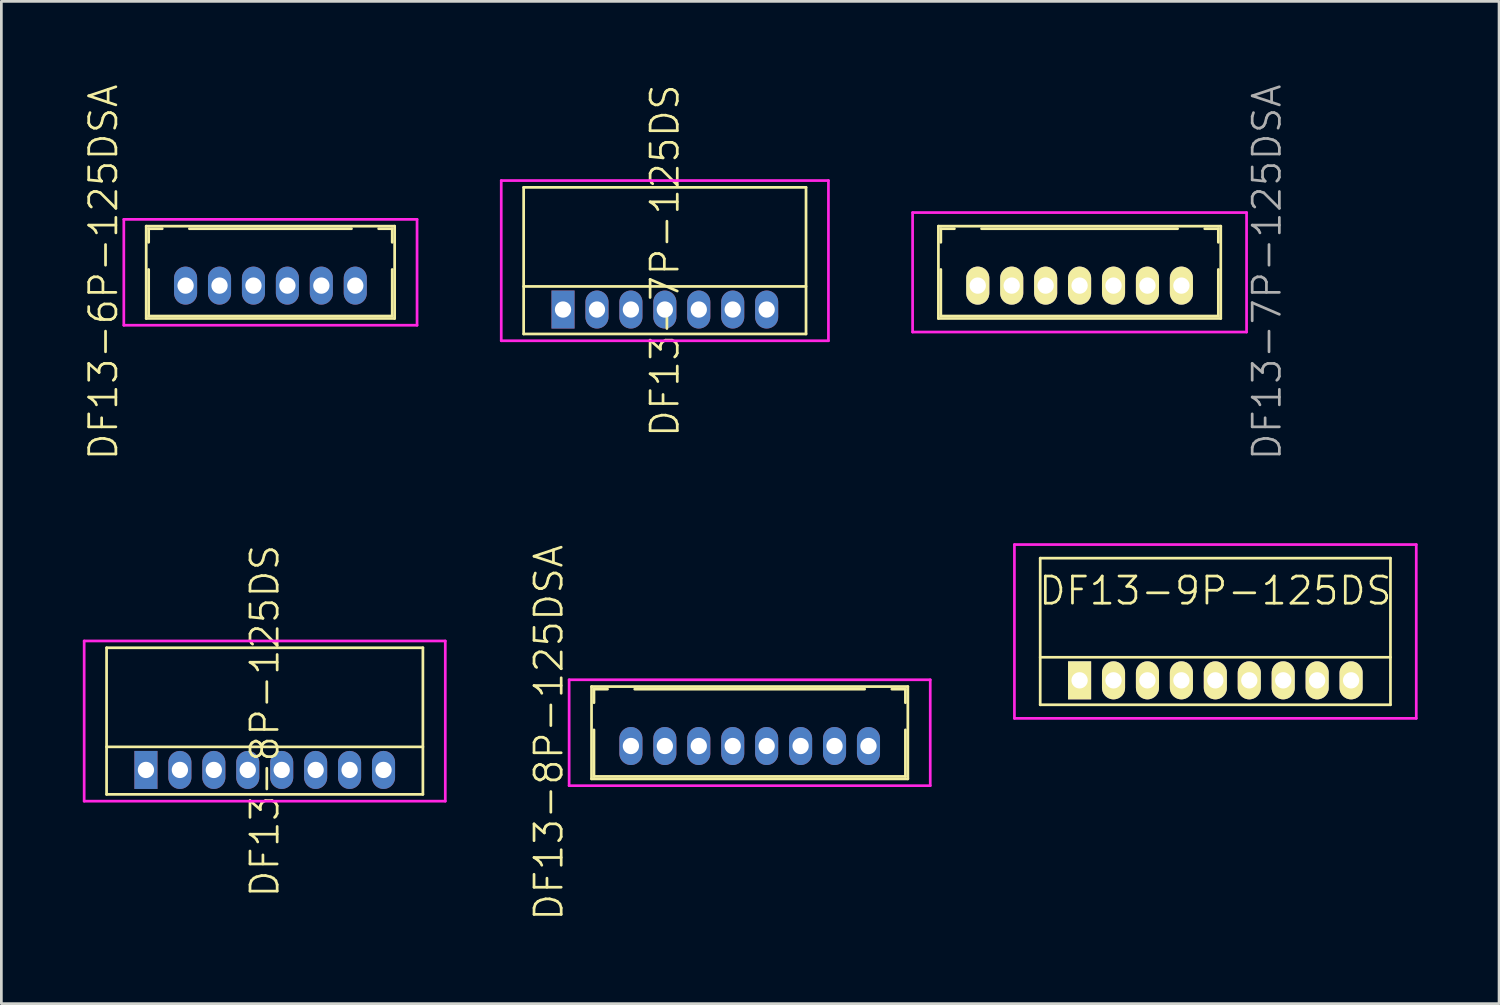
<source format=kicad_pcb>
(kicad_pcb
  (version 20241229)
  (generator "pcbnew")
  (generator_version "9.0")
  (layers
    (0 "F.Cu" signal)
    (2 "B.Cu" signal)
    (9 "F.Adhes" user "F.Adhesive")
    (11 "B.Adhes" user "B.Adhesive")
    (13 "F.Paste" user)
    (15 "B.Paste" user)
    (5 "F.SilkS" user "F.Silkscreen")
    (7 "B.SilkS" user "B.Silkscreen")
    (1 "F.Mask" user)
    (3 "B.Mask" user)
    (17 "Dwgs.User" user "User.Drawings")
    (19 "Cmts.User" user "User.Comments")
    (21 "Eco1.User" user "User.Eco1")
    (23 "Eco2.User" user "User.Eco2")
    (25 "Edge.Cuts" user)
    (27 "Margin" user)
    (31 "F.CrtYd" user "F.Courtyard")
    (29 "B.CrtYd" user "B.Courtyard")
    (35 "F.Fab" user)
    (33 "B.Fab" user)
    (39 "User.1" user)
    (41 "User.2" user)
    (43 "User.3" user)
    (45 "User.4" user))
  (footprint "DF13-8P-125DSA"
    (layer "F.Cu")
    (at 24.561 24.426)
    (property "Reference" "DF13-8P-125DSA" (at -7.4 -0.49 90) (layer "F.SilkS") (effects (font (size 1 1) (thickness 0.1))))
    (attr through_hole)
    (fp_line (start -5.825 -2.19) (end -5.825 1.21) (stroke (width 0.1) (type solid)) (layer "F.SilkS"))
    (fp_line (start -5.825 -2.19) (end 5.825 -2.19) (stroke (width 0.1) (type solid)) (layer "F.SilkS"))
    (fp_line (start -5.825 1.21) (end 5.825 1.21) (stroke (width 0.1) (type solid)) (layer "F.SilkS"))
    (fp_line (start -5.735 -2.095) (end -5.735 -1.595) (stroke (width 0.1) (type solid)) (layer "F.SilkS"))
    (fp_line (start -5.735 -2.095) (end -5.235 -2.095) (stroke (width 0.1) (type solid)) (layer "F.SilkS"))
    (fp_line (start -5.735 -0.595) (end -5.735 1.12) (stroke (width 0.1) (type solid)) (layer "F.SilkS"))
    (fp_line (start -5.735 1.12) (end 5.735 1.12) (stroke (width 0.1) (type solid)) (layer "F.SilkS"))
    (fp_line (start -4.235 -2.095) (end 4.235 -2.095) (stroke (width 0.1) (type solid)) (layer "F.SilkS"))
    (fp_line (start 5.235 -2.095) (end 5.735 -2.095) (stroke (width 0.1) (type solid)) (layer "F.SilkS"))
    (fp_line (start 5.735 -2.095) (end 5.735 -1.595) (stroke (width 0.1) (type solid)) (layer "F.SilkS"))
    (fp_line (start 5.735 -0.595) (end 5.735 1.12) (stroke (width 0.1) (type solid)) (layer "F.SilkS"))
    (fp_line (start 5.825 -2.19) (end 5.825 1.21) (stroke (width 0.1) (type solid)) (layer "F.SilkS"))
    (fp_line (start -6.65 -2.44) (end -6.65 1.46) (stroke (width 0.1) (type solid)) (layer "F.CrtYd"))
    (fp_line (start -6.65 1.46) (end 6.65 1.46) (stroke (width 0.1) (type solid)) (layer "F.CrtYd"))
    (fp_line (start 6.65 -2.44) (end -6.65 -2.44) (stroke (width 0.1) (type solid)) (layer "F.CrtYd"))
    (fp_line (start 6.65 1.46) (end 6.65 -2.44) (stroke (width 0.1) (type solid)) (layer "F.CrtYd"))
    (pad "1" thru_hole oval (at -4.375 0) (size 0.85 1.4) (drill 0.6) (layers "*.Cu" "*.Mask"))
    (pad "2" thru_hole oval (at -3.125 0) (size 0.85 1.4) (drill 0.6) (layers "*.Cu" "*.Mask"))
    (pad "3" thru_hole oval (at -1.875 0) (size 0.85 1.4) (drill 0.6) (layers "*.Cu" "*.Mask"))
    (pad "4" thru_hole oval (at -0.625 0) (size 0.85 1.4) (drill 0.6) (layers "*.Cu" "*.Mask"))
    (pad "5" thru_hole oval (at 0.625 0) (size 0.85 1.4) (drill 0.6) (layers "*.Cu" "*.Mask"))
    (pad "6" thru_hole oval (at 1.875 0) (size 0.85 1.4) (drill 0.6) (layers "*.Cu" "*.Mask"))
    (pad "7" thru_hole oval (at 3.125 0) (size 0.85 1.4) (drill 0.6) (layers "*.Cu" "*.Mask"))
    (pad "8" thru_hole oval (at 4.375 0) (size 0.85 1.4) (drill 0.6) (layers "*.Cu" "*.Mask")))
  (footprint "DF13-7P-125DSA"
    (layer "F.Cu")
    (at 36.711 7.469)
    (property "Reference" "DF13-7P-125DSA" (at 6.9 -0.49 90) (layer "F.Fab") (effects (font (size 1 1) (thickness 0.1))))
    (attr through_hole)
    (fp_line (start -5.2 -2.19) (end -5.2 1.21) (stroke (width 0.1) (type solid)) (layer "F.SilkS"))
    (fp_line (start -5.2 -2.19) (end 5.2 -2.19) (stroke (width 0.1) (type solid)) (layer "F.SilkS"))
    (fp_line (start -5.2 1.21) (end 5.2 1.21) (stroke (width 0.1) (type solid)) (layer "F.SilkS"))
    (fp_line (start -5.11 -2.095) (end -5.11 -1.595) (stroke (width 0.1) (type solid)) (layer "F.SilkS"))
    (fp_line (start -5.11 -2.095) (end -4.61 -2.095) (stroke (width 0.1) (type solid)) (layer "F.SilkS"))
    (fp_line (start -5.11 -0.595) (end -5.11 1.12) (stroke (width 0.1) (type solid)) (layer "F.SilkS"))
    (fp_line (start -5.11 1.12) (end 5.11 1.12) (stroke (width 0.1) (type solid)) (layer "F.SilkS"))
    (fp_line (start -3.61 -2.095) (end 3.61 -2.095) (stroke (width 0.1) (type solid)) (layer "F.SilkS"))
    (fp_line (start 4.61 -2.095) (end 5.11 -2.095) (stroke (width 0.1) (type solid)) (layer "F.SilkS"))
    (fp_line (start 5.11 -2.095) (end 5.11 -1.595) (stroke (width 0.1) (type solid)) (layer "F.SilkS"))
    (fp_line (start 5.11 -0.595) (end 5.11 1.12) (stroke (width 0.1) (type solid)) (layer "F.SilkS"))
    (fp_line (start 5.2 -2.19) (end 5.2 1.21) (stroke (width 0.1) (type solid)) (layer "F.SilkS"))
    (fp_line (start -6.15 -2.69) (end -6.15 1.71) (stroke (width 0.1) (type solid)) (layer "F.CrtYd"))
    (fp_line (start -6.15 1.71) (end 6.15 1.71) (stroke (width 0.1) (type solid)) (layer "F.CrtYd"))
    (fp_line (start 6.15 -2.69) (end -6.15 -2.69) (stroke (width 0.1) (type solid)) (layer "F.CrtYd"))
    (fp_line (start 6.15 1.71) (end 6.15 -2.69) (stroke (width 0.1) (type solid)) (layer "F.CrtYd"))
    (pad "1" thru_hole oval (at -3.75 0) (size 0.85 1.4) (drill 0.6) (layers "*.Cu" "*.Mask" "F.SilkS"))
    (pad "2" thru_hole oval (at -2.5 0) (size 0.85 1.4) (drill 0.6) (layers "*.Cu" "*.Mask" "F.SilkS"))
    (pad "3" thru_hole oval (at -1.25 0) (size 0.85 1.4) (drill 0.6) (layers "*.Cu" "*.Mask" "F.SilkS"))
    (pad "4" thru_hole oval (at 0 0) (size 0.85 1.4) (drill 0.6) (layers "*.Cu" "*.Mask" "F.SilkS"))
    (pad "5" thru_hole oval (at 1.25 0) (size 0.85 1.4) (drill 0.6) (layers "*.Cu" "*.Mask" "F.SilkS"))
    (pad "6" thru_hole oval (at 2.5 0) (size 0.85 1.4) (drill 0.6) (layers "*.Cu" "*.Mask" "F.SilkS"))
    (pad "7" thru_hole oval (at 3.75 0) (size 0.85 1.4) (drill 0.6) (layers "*.Cu" "*.Mask" "F.SilkS")))
  (footprint "DF13-6P-125DSA"
    (layer "F.Cu")
    (at 6.91 7.469)
    (property "Reference" "DF13-6P-125DSA" (at -6.15 -0.49 90) (layer "F.SilkS") (effects (font (size 1 1) (thickness 0.1))))
    (attr through_hole)
    (fp_line (start -4.575 -2.19) (end -4.575 1.21) (stroke (width 0.1) (type solid)) (layer "F.SilkS"))
    (fp_line (start -4.575 -2.19) (end 4.575 -2.19) (stroke (width 0.1) (type solid)) (layer "F.SilkS"))
    (fp_line (start -4.575 1.21) (end 4.575 1.21) (stroke (width 0.1) (type solid)) (layer "F.SilkS"))
    (fp_line (start -4.485 -2.095) (end -4.485 -1.595) (stroke (width 0.1) (type solid)) (layer "F.SilkS"))
    (fp_line (start -4.485 -2.095) (end -3.985 -2.095) (stroke (width 0.1) (type solid)) (layer "F.SilkS"))
    (fp_line (start -4.485 -0.595) (end -4.485 1.12) (stroke (width 0.1) (type solid)) (layer "F.SilkS"))
    (fp_line (start -4.485 1.12) (end 4.485 1.12) (stroke (width 0.1) (type solid)) (layer "F.SilkS"))
    (fp_line (start -2.985 -2.095) (end 2.985 -2.095) (stroke (width 0.1) (type solid)) (layer "F.SilkS"))
    (fp_line (start 3.985 -2.095) (end 4.485 -2.095) (stroke (width 0.1) (type solid)) (layer "F.SilkS"))
    (fp_line (start 4.485 -2.095) (end 4.485 -1.595) (stroke (width 0.1) (type solid)) (layer "F.SilkS"))
    (fp_line (start 4.485 -0.595) (end 4.485 1.12) (stroke (width 0.1) (type solid)) (layer "F.SilkS"))
    (fp_line (start 4.575 -2.19) (end 4.575 1.21) (stroke (width 0.1) (type solid)) (layer "F.SilkS"))
    (fp_line (start -5.4 -2.44) (end -5.4 1.46) (stroke (width 0.1) (type solid)) (layer "F.CrtYd"))
    (fp_line (start -5.4 1.46) (end 5.4 1.46) (stroke (width 0.1) (type solid)) (layer "F.CrtYd"))
    (fp_line (start 5.4 -2.44) (end -5.4 -2.44) (stroke (width 0.1) (type solid)) (layer "F.CrtYd"))
    (fp_line (start 5.4 1.46) (end 5.4 -2.44) (stroke (width 0.1) (type solid)) (layer "F.CrtYd"))
    (pad "1" thru_hole oval (at -3.125 0) (size 0.85 1.4) (drill 0.6) (layers "*.Cu" "*.Mask"))
    (pad "2" thru_hole oval (at -1.875 0) (size 0.85 1.4) (drill 0.6) (layers "*.Cu" "*.Mask"))
    (pad "3" thru_hole oval (at -0.625 0) (size 0.85 1.4) (drill 0.6) (layers "*.Cu" "*.Mask"))
    (pad "4" thru_hole oval (at 0.625 0) (size 0.85 1.4) (drill 0.6) (layers "*.Cu" "*.Mask"))
    (pad "5" thru_hole oval (at 1.875 0) (size 0.85 1.4) (drill 0.6) (layers "*.Cu" "*.Mask"))
    (pad "6" thru_hole oval (at 3.125 0) (size 0.85 1.4) (drill 0.6) (layers "*.Cu" "*.Mask")))
  (footprint "DF13-7P-125DS"
    (layer "F.Cu")
    (at 21.436 8.35)
    (property "Reference" "DF13-7P-125DS" (at 0 -1.8 90) (layer "F.SilkS") (effects (font (size 1 1) (thickness 0.1))))
    (attr through_hole)
    (fp_line (start -5.2 -4.5) (end -5.2 0.9) (stroke (width 0.1) (type solid)) (layer "F.SilkS"))
    (fp_line (start -5.2 -4.5) (end 5.2 -4.5) (stroke (width 0.1) (type solid)) (layer "F.SilkS"))
    (fp_line (start -5.2 -0.85) (end 5.2 -0.85) (stroke (width 0.1) (type solid)) (layer "F.SilkS"))
    (fp_line (start -5.2 0.9) (end 5.2 0.9) (stroke (width 0.1) (type solid)) (layer "F.SilkS"))
    (fp_line (start 5.2 -4.5) (end 5.2 0.9) (stroke (width 0.1) (type solid)) (layer "F.SilkS"))
    (fp_line (start -6.025 -4.75) (end -6.025 1.15) (stroke (width 0.1) (type solid)) (layer "F.CrtYd"))
    (fp_line (start -6.025 1.15) (end 6.025 1.15) (stroke (width 0.1) (type solid)) (layer "F.CrtYd"))
    (fp_line (start 6.025 -4.75) (end -6.025 -4.75) (stroke (width 0.1) (type solid)) (layer "F.CrtYd"))
    (fp_line (start 6.025 1.15) (end 6.025 -4.75) (stroke (width 0.1) (type solid)) (layer "F.CrtYd"))
    (pad "1" thru_hole rect (at -3.75 0) (size 0.85 1.4) (drill 0.6) (layers "*.Cu" "*.Mask"))
    (pad "2" thru_hole oval (at -2.5 0) (size 0.85 1.4) (drill 0.6) (layers "*.Cu" "*.Mask"))
    (pad "3" thru_hole oval (at -1.25 0) (size 0.85 1.4) (drill 0.6) (layers "*.Cu" "*.Mask"))
    (pad "4" thru_hole oval (at 0 0) (size 0.85 1.4) (drill 0.6) (layers "*.Cu" "*.Mask"))
    (pad "5" thru_hole oval (at 1.25 0) (size 0.85 1.4) (drill 0.6) (layers "*.Cu" "*.Mask"))
    (pad "6" thru_hole oval (at 2.5 0) (size 0.85 1.4) (drill 0.6) (layers "*.Cu" "*.Mask"))
    (pad "7" thru_hole oval (at 3.75 0) (size 0.85 1.4) (drill 0.6) (layers "*.Cu" "*.Mask")))
  (footprint "DF13-8P-125DS"
    (layer "F.Cu")
    (at 6.7 25.307)
    (property "Reference" "DF13-8P-125DS" (at 0 -1.8 90) (layer "F.SilkS") (effects (font (size 1 1) (thickness 0.1))))
    (attr through_hole)
    (fp_line (start -5.825 -4.5) (end -5.825 0.9) (stroke (width 0.1) (type solid)) (layer "F.SilkS"))
    (fp_line (start -5.825 -4.5) (end 5.825 -4.5) (stroke (width 0.1) (type solid)) (layer "F.SilkS"))
    (fp_line (start -5.825 -0.85) (end 5.825 -0.85) (stroke (width 0.1) (type solid)) (layer "F.SilkS"))
    (fp_line (start -5.825 0.9) (end 5.825 0.9) (stroke (width 0.1) (type solid)) (layer "F.SilkS"))
    (fp_line (start 5.825 -4.5) (end 5.825 0.9) (stroke (width 0.1) (type solid)) (layer "F.SilkS"))
    (fp_line (start -6.65 -4.75) (end -6.65 1.15) (stroke (width 0.1) (type solid)) (layer "F.CrtYd"))
    (fp_line (start -6.65 1.15) (end 6.65 1.15) (stroke (width 0.1) (type solid)) (layer "F.CrtYd"))
    (fp_line (start 6.65 -4.75) (end -6.65 -4.75) (stroke (width 0.1) (type solid)) (layer "F.CrtYd"))
    (fp_line (start 6.65 1.15) (end 6.65 -4.75) (stroke (width 0.1) (type solid)) (layer "F.CrtYd"))
    (pad "1" thru_hole rect (at -4.375 0) (size 0.85 1.4) (drill 0.6) (layers "*.Cu" "*.Mask"))
    (pad "2" thru_hole oval (at -3.125 0) (size 0.85 1.4) (drill 0.6) (layers "*.Cu" "*.Mask"))
    (pad "3" thru_hole oval (at -1.875 0) (size 0.85 1.4) (drill 0.6) (layers "*.Cu" "*.Mask"))
    (pad "4" thru_hole oval (at -0.625 0) (size 0.85 1.4) (drill 0.6) (layers "*.Cu" "*.Mask"))
    (pad "5" thru_hole oval (at 0.625 0) (size 0.85 1.4) (drill 0.6) (layers "*.Cu" "*.Mask"))
    (pad "6" thru_hole oval (at 1.875 0) (size 0.85 1.4) (drill 0.6) (layers "*.Cu" "*.Mask"))
    (pad "7" thru_hole oval (at 3.125 0) (size 0.85 1.4) (drill 0.6) (layers "*.Cu" "*.Mask"))
    (pad "8" thru_hole oval (at 4.375 0) (size 0.85 1.4) (drill 0.6) (layers "*.Cu" "*.Mask")))
  (footprint "DF13-9P-125DS"
    (layer "F.Cu")
    (at 41.711 22.007)
    (property "Reference" "DF13-9P-125DS" (at 0 -3.3 0) (layer "F.SilkS") (effects (font (size 1 1) (thickness 0.1))))
    (attr through_hole)
    (fp_line (start -6.45 -4.5) (end -6.45 0.9) (stroke (width 0.1) (type solid)) (layer "F.SilkS"))
    (fp_line (start -6.45 -4.5) (end 6.45 -4.5) (stroke (width 0.1) (type solid)) (layer "F.SilkS"))
    (fp_line (start -6.45 -0.85) (end 6.45 -0.85) (stroke (width 0.1) (type solid)) (layer "F.SilkS"))
    (fp_line (start -6.45 0.9) (end 6.45 0.9) (stroke (width 0.1) (type solid)) (layer "F.SilkS"))
    (fp_line (start 6.45 -4.5) (end 6.45 0.9) (stroke (width 0.1) (type solid)) (layer "F.SilkS"))
    (fp_line (start -7.4 -5) (end -7.4 1.4) (stroke (width 0.1) (type solid)) (layer "F.CrtYd"))
    (fp_line (start -7.4 1.4) (end 7.4 1.4) (stroke (width 0.1) (type solid)) (layer "F.CrtYd"))
    (fp_line (start 7.4 -5) (end -7.4 -5) (stroke (width 0.1) (type solid)) (layer "F.CrtYd"))
    (fp_line (start 7.4 1.4) (end 7.4 -5) (stroke (width 0.1) (type solid)) (layer "F.CrtYd"))
    (pad "1" thru_hole rect (at -5 0) (size 0.85 1.4) (drill 0.6) (layers "*.Cu" "*.Mask" "F.SilkS"))
    (pad "2" thru_hole oval (at -3.75 0) (size 0.85 1.4) (drill 0.6) (layers "*.Cu" "*.Mask" "F.SilkS"))
    (pad "3" thru_hole oval (at -2.5 0) (size 0.85 1.4) (drill 0.6) (layers "*.Cu" "*.Mask" "F.SilkS"))
    (pad "4" thru_hole oval (at -1.25 0) (size 0.85 1.4) (drill 0.6) (layers "*.Cu" "*.Mask" "F.SilkS"))
    (pad "5" thru_hole oval (at 0 0) (size 0.85 1.4) (drill 0.6) (layers "*.Cu" "*.Mask" "F.SilkS"))
    (pad "6" thru_hole oval (at 1.25 0) (size 0.85 1.4) (drill 0.6) (layers "*.Cu" "*.Mask" "F.SilkS"))
    (pad "7" thru_hole oval (at 2.5 0) (size 0.85 1.4) (drill 0.6) (layers "*.Cu" "*.Mask" "F.SilkS"))
    (pad "8" thru_hole oval (at 3.75 0) (size 0.85 1.4) (drill 0.6) (layers "*.Cu" "*.Mask" "F.SilkS"))
    (pad "9" thru_hole oval (at 5 0) (size 0.85 1.4) (drill 0.6) (layers "*.Cu" "*.Mask" "F.SilkS")))
  (gr_rect
    (start -3 -3)
    (end 52.16 33.914)
    (stroke (width 0.1) (type default))
    (fill no)
    (layer "Edge.Cuts")))
</source>
